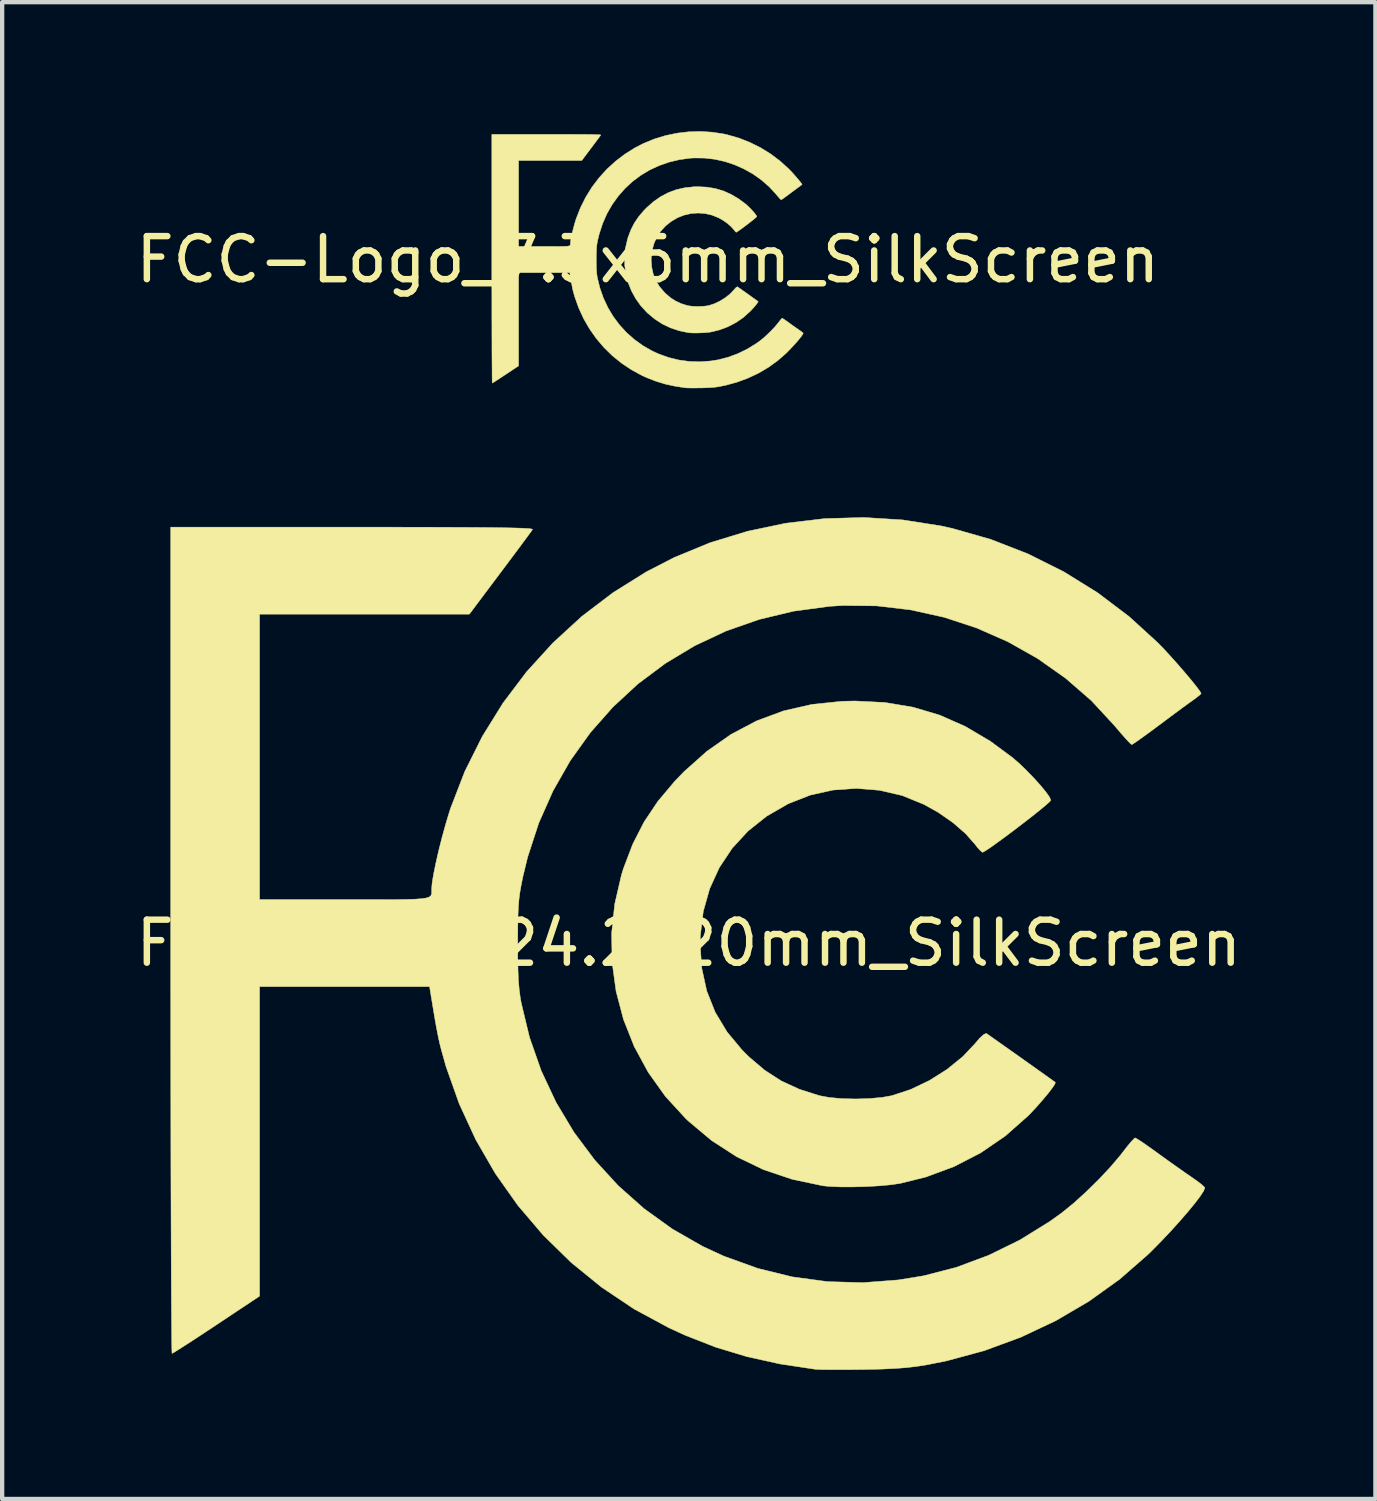
<source format=kicad_pcb>
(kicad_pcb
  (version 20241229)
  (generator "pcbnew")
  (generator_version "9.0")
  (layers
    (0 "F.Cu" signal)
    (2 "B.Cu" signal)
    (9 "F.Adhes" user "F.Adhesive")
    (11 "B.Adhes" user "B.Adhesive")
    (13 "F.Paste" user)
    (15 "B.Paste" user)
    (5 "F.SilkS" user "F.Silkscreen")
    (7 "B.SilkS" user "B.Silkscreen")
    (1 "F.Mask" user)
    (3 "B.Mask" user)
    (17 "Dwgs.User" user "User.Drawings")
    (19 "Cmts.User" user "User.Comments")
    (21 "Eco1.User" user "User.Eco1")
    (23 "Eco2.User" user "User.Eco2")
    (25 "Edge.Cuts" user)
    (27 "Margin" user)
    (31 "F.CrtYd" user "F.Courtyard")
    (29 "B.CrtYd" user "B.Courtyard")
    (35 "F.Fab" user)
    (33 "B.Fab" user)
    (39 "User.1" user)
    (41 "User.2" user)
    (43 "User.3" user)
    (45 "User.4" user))
  (footprint "FCC-Logo_7.3x6mm_SilkScreen"
    (layer "F.Cu")
    (at 12.006 2.983)
    (property "Reference" "FCC-Logo_7.3x6mm_SilkScreen" (at 0 0 0) (layer "F.SilkS") (effects (font (size 1 1) (thickness 0.15))))
    (attr exclude_from_pos_files exclude_from_bom)
    (fp_poly (pts (xy 1.372 -1.684) (xy 1.569 -1.651) (xy 1.755 -1.596) (xy 1.935 -1.516) (xy 2.11 -1.412) (xy 2.265 -1.298) (xy 2.312 -1.257) (xy 2.362 -1.209) (xy 2.412 -1.158) (xy 2.458 -1.107) (xy 2.496 -1.061) (xy 2.522 -1.024) (xy 2.533 -1.001) (xy 2.533 -1) (xy 2.523 -0.988) (xy 2.495 -0.963) (xy 2.454 -0.928) (xy 2.401 -0.887) (xy 2.343 -0.841) (xy 2.281 -0.794) (xy 2.22 -0.748) (xy 2.163 -0.707) (xy 2.115 -0.672) (xy 2.079 -0.648) (xy 2.058 -0.636) (xy 2.055 -0.635) (xy 2.042 -0.645) (xy 2.019 -0.67) (xy 2.004 -0.69) (xy 1.936 -0.767) (xy 1.848 -0.843) (xy 1.745 -0.915) (xy 1.646 -0.971) (xy 1.494 -1.032) (xy 1.335 -1.069) (xy 1.173 -1.082) (xy 1.01 -1.071) (xy 0.85 -1.035) (xy 0.697 -0.976) (xy 0.695 -0.975) (xy 0.546 -0.888) (xy 0.415 -0.784) (xy 0.304 -0.664) (xy 0.214 -0.529) (xy 0.146 -0.381) (xy 0.102 -0.222) (xy 0.081 -0.054) (xy 0.079 0.004) (xy 0.091 0.175) (xy 0.126 0.335) (xy 0.185 0.483) (xy 0.268 0.622) (xy 0.376 0.751) (xy 0.42 0.795) (xy 0.532 0.89) (xy 0.648 0.964) (xy 0.775 1.023) (xy 0.914 1.067) (xy 0.985 1.08) (xy 1.072 1.088) (xy 1.169 1.09) (xy 1.265 1.087) (xy 1.354 1.079) (xy 1.421 1.067) (xy 1.552 1.024) (xy 1.683 0.961) (xy 1.807 0.883) (xy 1.917 0.794) (xy 1.999 0.707) (xy 2.036 0.665) (xy 2.065 0.639) (xy 2.082 0.632) (xy 2.083 0.632) (xy 2.096 0.641) (xy 2.128 0.663) (xy 2.173 0.695) (xy 2.228 0.734) (xy 2.289 0.777) (xy 2.352 0.822) (xy 2.413 0.866) (xy 2.469 0.906) (xy 2.516 0.939) (xy 2.549 0.962) (xy 2.565 0.974) (xy 2.565 0.974) (xy 2.561 0.987) (xy 2.543 1.015) (xy 2.513 1.053) (xy 2.475 1.099) (xy 2.432 1.147) (xy 2.388 1.194) (xy 2.373 1.209) (xy 2.216 1.349) (xy 2.043 1.467) (xy 1.856 1.564) (xy 1.657 1.637) (xy 1.478 1.681) (xy 1.414 1.691) (xy 1.333 1.698) (xy 1.242 1.703) (xy 1.149 1.706) (xy 1.061 1.706) (xy 0.986 1.703) (xy 0.939 1.698) (xy 0.724 1.653) (xy 0.523 1.585) (xy 0.335 1.495) (xy 0.16 1.381) (xy -0.003 1.245) (xy -0.022 1.227) (xy -0.164 1.072) (xy -0.284 0.903) (xy -0.382 0.723) (xy -0.457 0.534) (xy -0.508 0.338) (xy -0.536 0.136) (xy -0.54 -0.068) (xy -0.518 -0.273) (xy -0.471 -0.476) (xy -0.457 -0.522) (xy -0.392 -0.693) (xy -0.313 -0.848) (xy -0.216 -0.992) (xy -0.098 -1.132) (xy -0.035 -1.198) (xy 0.127 -1.342) (xy 0.296 -1.461) (xy 0.475 -1.555) (xy 0.663 -1.625) (xy 0.862 -1.67) (xy 1.072 -1.692) (xy 1.164 -1.694) (xy 1.372 -1.684)) (stroke (width 0.01) (type solid)) (fill yes) (layer "F.SilkS"))
    (fp_poly (pts (xy 1.496 -2.961) (xy 1.764 -2.92) (xy 1.845 -2.902) (xy 2.114 -2.825) (xy 2.374 -2.723) (xy 2.623 -2.599) (xy 2.86 -2.452) (xy 3.081 -2.285) (xy 3.28 -2.103) (xy 3.323 -2.059) (xy 3.37 -2.008) (xy 3.42 -1.952) (xy 3.468 -1.896) (xy 3.512 -1.844) (xy 3.548 -1.8) (xy 3.574 -1.766) (xy 3.585 -1.748) (xy 3.585 -1.746) (xy 3.575 -1.736) (xy 3.549 -1.716) (xy 3.529 -1.701) (xy 3.499 -1.68) (xy 3.453 -1.646) (xy 3.396 -1.604) (xy 3.333 -1.557) (xy 3.291 -1.525) (xy 3.231 -1.481) (xy 3.178 -1.442) (xy 3.136 -1.412) (xy 3.108 -1.394) (xy 3.099 -1.389) (xy 3.087 -1.399) (xy 3.062 -1.425) (xy 3.028 -1.464) (xy 2.986 -1.513) (xy 2.979 -1.522) (xy 2.817 -1.697) (xy 2.637 -1.853) (xy 2.442 -1.991) (xy 2.233 -2.108) (xy 2.014 -2.205) (xy 1.787 -2.28) (xy 1.553 -2.332) (xy 1.316 -2.359) (xy 1.078 -2.362) (xy 0.985 -2.357) (xy 0.733 -2.322) (xy 0.491 -2.264) (xy 0.26 -2.183) (xy 0.041 -2.081) (xy -0.165 -1.957) (xy -0.356 -1.814) (xy -0.531 -1.652) (xy -0.689 -1.472) (xy -0.829 -1.277) (xy -0.95 -1.066) (xy -1.049 -0.84) (xy -1.127 -0.602) (xy -1.161 -0.464) (xy -1.173 -0.406) (xy -1.182 -0.355) (xy -1.188 -0.306) (xy -1.192 -0.253) (xy -1.195 -0.19) (xy -1.196 -0.113) (xy -1.197 -0.016) (xy -1.197 -0.007) (xy -1.196 0.103) (xy -1.195 0.191) (xy -1.191 0.264) (xy -1.186 0.325) (xy -1.179 0.381) (xy -1.173 0.417) (xy -1.114 0.66) (xy -1.032 0.893) (xy -0.928 1.115) (xy -0.803 1.324) (xy -0.658 1.518) (xy -0.494 1.697) (xy -0.312 1.858) (xy -0.115 2) (xy 0.098 2.122) (xy 0.247 2.191) (xy 0.484 2.276) (xy 0.725 2.335) (xy 0.97 2.368) (xy 1.218 2.375) (xy 1.468 2.356) (xy 1.643 2.328) (xy 1.872 2.268) (xy 2.098 2.184) (xy 2.317 2.077) (xy 2.526 1.947) (xy 2.611 1.886) (xy 2.692 1.82) (xy 2.781 1.739) (xy 2.87 1.652) (xy 2.953 1.564) (xy 3.022 1.482) (xy 3.037 1.463) (xy 3.07 1.419) (xy 3.099 1.385) (xy 3.118 1.366) (xy 3.123 1.363) (xy 3.138 1.37) (xy 3.169 1.39) (xy 3.213 1.421) (xy 3.266 1.458) (xy 3.284 1.472) (xy 3.348 1.518) (xy 3.414 1.565) (xy 3.474 1.607) (xy 3.52 1.639) (xy 3.522 1.64) (xy 3.564 1.67) (xy 3.595 1.694) (xy 3.61 1.71) (xy 3.611 1.712) (xy 3.603 1.734) (xy 3.578 1.771) (xy 3.54 1.821) (xy 3.491 1.881) (xy 3.433 1.947) (xy 3.37 2.017) (xy 3.304 2.087) (xy 3.237 2.155) (xy 3.213 2.179) (xy 3.016 2.351) (xy 2.8 2.506) (xy 2.569 2.642) (xy 2.324 2.757) (xy 2.068 2.851) (xy 1.803 2.923) (xy 1.667 2.95) (xy 1.595 2.962) (xy 1.523 2.97) (xy 1.444 2.976) (xy 1.353 2.98) (xy 1.243 2.983) (xy 1.217 2.983) (xy 1.13 2.984) (xy 1.049 2.985) (xy 0.979 2.984) (xy 0.925 2.983) (xy 0.892 2.982) (xy 0.886 2.982) (xy 0.638 2.944) (xy 0.408 2.894) (xy 0.19 2.828) (xy -0.023 2.745) (xy -0.139 2.692) (xy -0.382 2.56) (xy -0.61 2.407) (xy -0.823 2.235) (xy -1.018 2.044) (xy -1.196 1.835) (xy -1.353 1.612) (xy -1.491 1.374) (xy -1.606 1.124) (xy -1.699 0.863) (xy -1.733 0.741) (xy -1.743 0.701) (xy -1.752 0.66) (xy -1.761 0.613) (xy -1.772 0.555) (xy -1.784 0.482) (xy -1.8 0.39) (xy -1.807 0.347) (xy -1.814 0.304) (xy -3.003 0.304) (xy -3.003 2.47) (xy -3.304 2.67) (xy -3.384 2.723) (xy -3.456 2.77) (xy -3.518 2.811) (xy -3.567 2.842) (xy -3.601 2.863) (xy -3.615 2.871) (xy -3.615 2.871) (xy -3.616 2.858) (xy -3.617 2.819) (xy -3.618 2.757) (xy -3.619 2.672) (xy -3.619 2.565) (xy -3.62 2.438) (xy -3.621 2.291) (xy -3.622 2.126) (xy -3.622 1.945) (xy -3.623 1.748) (xy -3.623 1.536) (xy -3.624 1.311) (xy -3.624 1.074) (xy -3.624 0.826) (xy -3.625 0.568) (xy -3.625 0.302) (xy -3.625 0.029) (xy -3.625 -0.02) (xy -3.625 -2.91) (xy -2.354 -2.91) (xy -2.135 -2.91) (xy -1.941 -2.91) (xy -1.771 -2.91) (xy -1.624 -2.909) (xy -1.498 -2.909) (xy -1.391 -2.908) (xy -1.304 -2.907) (xy -1.233 -2.905) (xy -1.179 -2.904) (xy -1.139 -2.902) (xy -1.112 -2.9) (xy -1.097 -2.897) (xy -1.093 -2.894) (xy -1.093 -2.894) (xy -1.104 -2.879) (xy -1.128 -2.846) (xy -1.163 -2.798) (xy -1.208 -2.738) (xy -1.26 -2.668) (xy -1.318 -2.591) (xy -1.319 -2.59) (xy -1.535 -2.302) (xy -3.003 -2.302) (xy -3.003 -0.304) (xy -2.409 -0.304) (xy -2.266 -0.304) (xy -2.147 -0.304) (xy -2.05 -0.305) (xy -1.973 -0.306) (xy -1.914 -0.308) (xy -1.87 -0.311) (xy -1.838 -0.316) (xy -1.818 -0.322) (xy -1.806 -0.33) (xy -1.8 -0.341) (xy -1.799 -0.354) (xy -1.799 -0.371) (xy -1.799 -0.38) (xy -1.795 -0.423) (xy -1.785 -0.485) (xy -1.769 -0.563) (xy -1.749 -0.65) (xy -1.726 -0.741) (xy -1.701 -0.832) (xy -1.676 -0.916) (xy -1.667 -0.944) (xy -1.567 -1.201) (xy -1.444 -1.447) (xy -1.3 -1.68) (xy -1.135 -1.898) (xy -0.951 -2.101) (xy -0.748 -2.286) (xy -0.53 -2.452) (xy -0.296 -2.599) (xy -0.101 -2.699) (xy 0.15 -2.802) (xy 0.411 -2.882) (xy 0.679 -2.938) (xy 0.951 -2.97) (xy 1.225 -2.978) (xy 1.496 -2.961)) (stroke (width 0.01) (type solid)) (fill yes) (layer "F.SilkS")))
  (footprint "FCC-Logo_24.2x20mm_SilkScreen"
    (layer "F.Cu")
    (at 12.958 18.87)
    (property "Reference" "FCC-Logo_24.2x20mm_SilkScreen" (at 0 0 0) (layer "F.SilkS") (effects (font (size 1 1) (thickness 0.15))))
    (attr exclude_from_pos_files exclude_from_bom)
    (fp_poly (pts (xy 4.559 -5.593) (xy 5.211 -5.484) (xy 5.831 -5.3) (xy 6.427 -5.037) (xy 7.01 -4.692) (xy 7.523 -4.313) (xy 7.68 -4.177) (xy 7.847 -4.016) (xy 8.013 -3.845) (xy 8.166 -3.676) (xy 8.292 -3.524) (xy 8.379 -3.403) (xy 8.415 -3.325) (xy 8.415 -3.321) (xy 8.382 -3.281) (xy 8.289 -3.199) (xy 8.15 -3.084) (xy 7.977 -2.946) (xy 7.781 -2.794) (xy 7.576 -2.637) (xy 7.374 -2.485) (xy 7.186 -2.348) (xy 7.026 -2.233) (xy 6.905 -2.152) (xy 6.836 -2.113) (xy 6.827 -2.11) (xy 6.782 -2.144) (xy 6.707 -2.227) (xy 6.658 -2.291) (xy 6.432 -2.547) (xy 6.138 -2.802) (xy 5.795 -3.04) (xy 5.466 -3.224) (xy 4.963 -3.429) (xy 4.436 -3.552) (xy 3.896 -3.596) (xy 3.355 -3.558) (xy 2.824 -3.44) (xy 2.314 -3.24) (xy 2.309 -3.238) (xy 1.812 -2.951) (xy 1.378 -2.605) (xy 1.01 -2.206) (xy 0.712 -1.758) (xy 0.487 -1.267) (xy 0.338 -0.739) (xy 0.269 -0.178) (xy 0.264 0.013) (xy 0.302 0.582) (xy 0.418 1.112) (xy 0.614 1.605) (xy 0.891 2.065) (xy 1.249 2.495) (xy 1.396 2.641) (xy 1.768 2.956) (xy 2.153 3.204) (xy 2.575 3.398) (xy 3.037 3.545) (xy 3.27 3.588) (xy 3.561 3.614) (xy 3.882 3.622) (xy 4.203 3.612) (xy 4.497 3.585) (xy 4.719 3.545) (xy 5.157 3.401) (xy 5.592 3.193) (xy 6.003 2.934) (xy 6.368 2.638) (xy 6.641 2.349) (xy 6.763 2.208) (xy 6.858 2.122) (xy 6.915 2.098) (xy 6.919 2.1) (xy 6.964 2.131) (xy 7.067 2.204) (xy 7.217 2.31) (xy 7.4 2.439) (xy 7.602 2.582) (xy 7.812 2.731) (xy 8.016 2.876) (xy 8.202 3.008) (xy 8.356 3.118) (xy 8.466 3.197) (xy 8.519 3.235) (xy 8.52 3.236) (xy 8.508 3.278) (xy 8.446 3.37) (xy 8.347 3.499) (xy 8.22 3.65) (xy 8.079 3.811) (xy 7.933 3.967) (xy 7.883 4.017) (xy 7.36 4.48) (xy 6.785 4.874) (xy 6.165 5.194) (xy 5.505 5.438) (xy 4.911 5.585) (xy 4.698 5.616) (xy 4.428 5.641) (xy 4.126 5.658) (xy 3.817 5.666) (xy 3.526 5.666) (xy 3.276 5.656) (xy 3.12 5.64) (xy 2.406 5.49) (xy 1.738 5.265) (xy 1.114 4.965) (xy 0.532 4.589) (xy -0.011 4.134) (xy -0.072 4.076) (xy -0.544 3.561) (xy -0.943 3.001) (xy -1.268 2.402) (xy -1.517 1.774) (xy -1.689 1.121) (xy -1.781 0.452) (xy -1.793 -0.226) (xy -1.721 -0.907) (xy -1.565 -1.582) (xy -1.518 -1.735) (xy -1.302 -2.302) (xy -1.039 -2.816) (xy -0.718 -3.296) (xy -0.327 -3.761) (xy -0.116 -3.98) (xy 0.42 -4.458) (xy 0.984 -4.853) (xy 1.577 -5.166) (xy 2.203 -5.398) (xy 2.864 -5.549) (xy 3.562 -5.621) (xy 3.867 -5.628) (xy 4.559 -5.593)) (stroke (width 0.01) (type solid)) (fill yes) (layer "F.SilkS"))
    (fp_poly (pts (xy 4.971 -9.837) (xy 5.86 -9.698) (xy 6.13 -9.638) (xy 7.023 -9.383) (xy 7.887 -9.046) (xy 8.714 -8.633) (xy 9.499 -8.146) (xy 10.235 -7.59) (xy 10.897 -6.986) (xy 11.038 -6.841) (xy 11.196 -6.669) (xy 11.361 -6.485) (xy 11.521 -6.3) (xy 11.667 -6.127) (xy 11.787 -5.978) (xy 11.871 -5.867) (xy 11.907 -5.806) (xy 11.908 -5.801) (xy 11.875 -5.766) (xy 11.79 -5.699) (xy 11.721 -5.649) (xy 11.623 -5.579) (xy 11.471 -5.468) (xy 11.282 -5.328) (xy 11.072 -5.172) (xy 10.932 -5.067) (xy 10.733 -4.919) (xy 10.557 -4.791) (xy 10.417 -4.692) (xy 10.325 -4.63) (xy 10.295 -4.614) (xy 10.256 -4.646) (xy 10.173 -4.734) (xy 10.057 -4.864) (xy 9.921 -5.024) (xy 9.894 -5.056) (xy 9.357 -5.636) (xy 8.759 -6.156) (xy 8.111 -6.613) (xy 7.419 -7.004) (xy 6.69 -7.325) (xy 5.935 -7.573) (xy 5.159 -7.745) (xy 4.371 -7.838) (xy 3.58 -7.847) (xy 3.271 -7.828) (xy 2.435 -7.715) (xy 1.632 -7.522) (xy 0.864 -7.253) (xy 0.137 -6.911) (xy -0.546 -6.5) (xy -1.181 -6.025) (xy -1.763 -5.487) (xy -2.289 -4.891) (xy -2.754 -4.241) (xy -3.154 -3.54) (xy -3.486 -2.791) (xy -3.745 -1.998) (xy -3.856 -1.541) (xy -3.895 -1.347) (xy -3.925 -1.178) (xy -3.946 -1.015) (xy -3.96 -0.839) (xy -3.969 -0.633) (xy -3.973 -0.377) (xy -3.975 -0.053) (xy -3.975 -0.022) (xy -3.974 0.342) (xy -3.968 0.636) (xy -3.958 0.876) (xy -3.94 1.08) (xy -3.916 1.265) (xy -3.895 1.384) (xy -3.701 2.191) (xy -3.429 2.966) (xy -3.083 3.703) (xy -2.667 4.397) (xy -2.184 5.043) (xy -1.64 5.637) (xy -1.038 6.172) (xy -0.382 6.644) (xy 0.324 7.048) (xy 0.82 7.277) (xy 1.606 7.56) (xy 2.408 7.757) (xy 3.223 7.867) (xy 4.047 7.891) (xy 4.877 7.827) (xy 5.456 7.732) (xy 6.219 7.535) (xy 6.97 7.255) (xy 7.698 6.898) (xy 8.392 6.468) (xy 8.672 6.267) (xy 8.944 6.046) (xy 9.239 5.778) (xy 9.535 5.487) (xy 9.809 5.194) (xy 10.039 4.922) (xy 10.087 4.859) (xy 10.199 4.715) (xy 10.294 4.602) (xy 10.358 4.537) (xy 10.375 4.526) (xy 10.422 4.551) (xy 10.526 4.618) (xy 10.673 4.72) (xy 10.849 4.845) (xy 10.909 4.889) (xy 11.122 5.043) (xy 11.34 5.198) (xy 11.539 5.338) (xy 11.693 5.444) (xy 11.7 5.449) (xy 11.837 5.546) (xy 11.941 5.628) (xy 11.993 5.68) (xy 11.995 5.687) (xy 11.967 5.759) (xy 11.886 5.884) (xy 11.759 6.051) (xy 11.596 6.249) (xy 11.405 6.469) (xy 11.196 6.701) (xy 10.975 6.934) (xy 10.753 7.159) (xy 10.673 7.237) (xy 10.017 7.81) (xy 9.301 8.324) (xy 8.532 8.775) (xy 7.719 9.159) (xy 6.869 9.472) (xy 5.989 9.71) (xy 5.537 9.8) (xy 5.298 9.838) (xy 5.059 9.866) (xy 4.798 9.886) (xy 4.495 9.9) (xy 4.13 9.909) (xy 4.043 9.91) (xy 3.753 9.913) (xy 3.485 9.914) (xy 3.253 9.913) (xy 3.074 9.911) (xy 2.962 9.906) (xy 2.944 9.905) (xy 2.121 9.781) (xy 1.356 9.612) (xy 0.631 9.393) (xy -0.075 9.118) (xy -0.461 8.941) (xy -1.269 8.505) (xy -2.027 7.997) (xy -2.733 7.423) (xy -3.382 6.788) (xy -3.971 6.097) (xy -4.496 5.354) (xy -4.952 4.565) (xy -5.335 3.734) (xy -5.643 2.866) (xy -5.756 2.461) (xy -5.789 2.33) (xy -5.819 2.193) (xy -5.85 2.037) (xy -5.886 1.845) (xy -5.927 1.602) (xy -5.978 1.294) (xy -6.001 1.154) (xy -6.024 1.011) (xy -9.975 1.011) (xy -9.975 8.204) (xy -10.976 8.87) (xy -11.24 9.045) (xy -11.48 9.203) (xy -11.687 9.337) (xy -11.85 9.441) (xy -11.96 9.51) (xy -12.008 9.536) (xy -12.009 9.536) (xy -12.012 9.493) (xy -12.015 9.366) (xy -12.018 9.158) (xy -12.02 8.875) (xy -12.023 8.52) (xy -12.026 8.097) (xy -12.028 7.61) (xy -12.03 7.063) (xy -12.032 6.46) (xy -12.034 5.805) (xy -12.036 5.102) (xy -12.037 4.354) (xy -12.038 3.567) (xy -12.039 2.743) (xy -12.04 1.887) (xy -12.041 1.003) (xy -12.041 0.095) (xy -12.041 -0.066) (xy -12.041 -9.668) (xy -7.82 -9.668) (xy -7.092 -9.668) (xy -6.449 -9.667) (xy -5.884 -9.666) (xy -5.395 -9.664) (xy -4.975 -9.662) (xy -4.622 -9.659) (xy -4.331 -9.655) (xy -4.096 -9.65) (xy -3.915 -9.645) (xy -3.782 -9.639) (xy -3.693 -9.632) (xy -3.644 -9.623) (xy -3.631 -9.614) (xy -3.631 -9.613) (xy -3.666 -9.564) (xy -3.746 -9.455) (xy -3.864 -9.295) (xy -4.013 -9.094) (xy -4.187 -8.862) (xy -4.377 -8.608) (xy -4.382 -8.602) (xy -5.099 -7.646) (xy -9.975 -7.646) (xy -9.975 -1.011) (xy -8.003 -1.011) (xy -7.528 -1.011) (xy -7.133 -1.011) (xy -6.811 -1.012) (xy -6.555 -1.016) (xy -6.357 -1.022) (xy -6.21 -1.033) (xy -6.106 -1.048) (xy -6.038 -1.069) (xy -5.999 -1.097) (xy -5.98 -1.133) (xy -5.975 -1.177) (xy -5.976 -1.231) (xy -5.976 -1.261) (xy -5.964 -1.404) (xy -5.929 -1.612) (xy -5.876 -1.87) (xy -5.81 -2.159) (xy -5.733 -2.463) (xy -5.65 -2.763) (xy -5.566 -3.042) (xy -5.536 -3.135) (xy -5.206 -3.989) (xy -4.798 -4.805) (xy -4.318 -5.579) (xy -3.77 -6.305) (xy -3.157 -6.978) (xy -2.486 -7.594) (xy -1.759 -8.147) (xy -0.982 -8.632) (xy -0.336 -8.964) (xy 0.499 -9.308) (xy 1.367 -9.573) (xy 2.257 -9.76) (xy 3.16 -9.867) (xy 4.068 -9.893) (xy 4.971 -9.837)) (stroke (width 0.01) (type solid)) (fill yes) (layer "F.SilkS")))
  (gr_rect
    (start -3 -3)
    (end 28.917 31.789)
    (stroke (width 0.1) (type default))
    (fill no)
    (layer "Edge.Cuts")))
</source>
